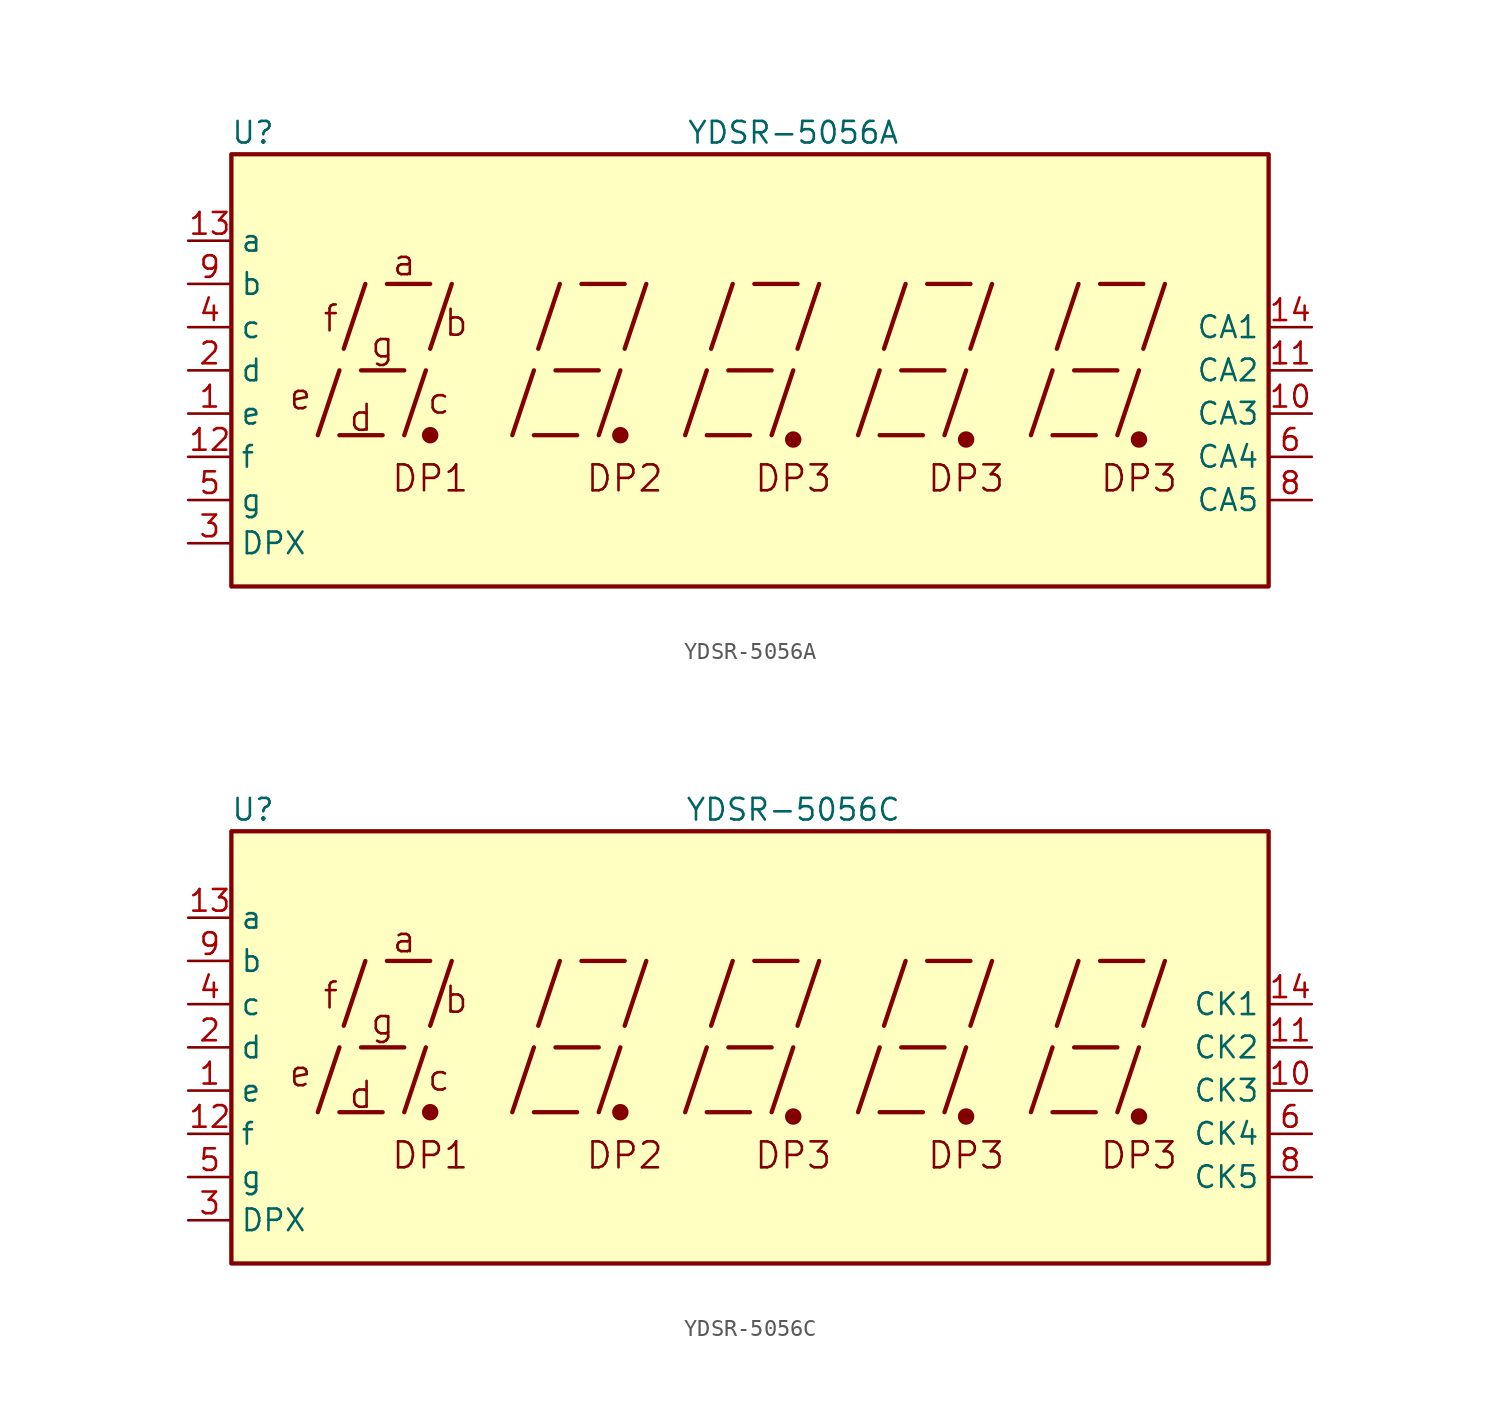
<source format=kicad_sym>
(kicad_symbol_lib
  (version 20211014)
  (generator kicad_symbol_editor)
  (symbol "YDSR-5056A"
    (property "Reference" "U"
      (at -29.21 13.97 0)
      (effects (font (size 1.27 1.27))))
    (property "Value" "YDSR-5056A"
      (at 2.54 13.97 0)
      (effects (font (size 1.27 1.27))))
    (symbol "YDSR-5056A_0_0"
      (rectangle (start -30.48 12.7) (end 30.48 -12.7) (stroke (width 0.254) (type default) (color 0 0 0 0)) (fill (type background)))
      (polyline (pts (xy -25.4 -3.81) (xy -24.13 0)) (stroke (width 0.254) (type default) (color 0 0 0 0)) (fill (type none)))
      (polyline (pts (xy -24.13 -3.81) (xy -21.59 -3.81)) (stroke (width 0.254) (type default) (color 0 0 0 0)) (fill (type none)))
      (polyline (pts (xy -23.876 1.27) (xy -22.606 5.08)) (stroke (width 0.254) (type default) (color 0 0 0 0)) (fill (type none)))
      (polyline (pts (xy -22.86 0) (xy -20.32 0)) (stroke (width 0.254) (type default) (color 0 0 0 0)) (fill (type none)))
      (polyline (pts (xy -21.336 5.08) (xy -18.796 5.08)) (stroke (width 0.254) (type default) (color 0 0 0 0)) (fill (type none)))
      (polyline (pts (xy -20.32 -3.81) (xy -19.05 0)) (stroke (width 0.254) (type default) (color 0 0 0 0)) (fill (type none)))
      (polyline (pts (xy -18.796 1.27) (xy -17.526 5.08)) (stroke (width 0.254) (type default) (color 0 0 0 0)) (fill (type none)))
      (polyline (pts (xy -13.97 -3.81) (xy -12.7 0)) (stroke (width 0.254) (type default) (color 0 0 0 0)) (fill (type none)))
      (polyline (pts (xy -12.7 -3.81) (xy -10.16 -3.81)) (stroke (width 0.254) (type default) (color 0 0 0 0)) (fill (type none)))
      (polyline (pts (xy -12.446 1.27) (xy -11.176 5.08)) (stroke (width 0.254) (type default) (color 0 0 0 0)) (fill (type none)))
      (polyline (pts (xy -11.43 0) (xy -8.89 0)) (stroke (width 0.254) (type default) (color 0 0 0 0)) (fill (type none)))
      (polyline (pts (xy -9.906 5.08) (xy -7.366 5.08)) (stroke (width 0.254) (type default) (color 0 0 0 0)) (fill (type none)))
      (polyline (pts (xy -8.89 -3.81) (xy -7.62 0)) (stroke (width 0.254) (type default) (color 0 0 0 0)) (fill (type none)))
      (polyline (pts (xy -7.366 1.27) (xy -6.096 5.08)) (stroke (width 0.254) (type default) (color 0 0 0 0)) (fill (type none)))
      (polyline (pts (xy -3.81 -3.81) (xy -2.54 0)) (stroke (width 0.254) (type default) (color 0 0 0 0)) (fill (type none)))
      (polyline (pts (xy -2.54 -3.81) (xy 0 -3.81)) (stroke (width 0.254) (type default) (color 0 0 0 0)) (fill (type none)))
      (polyline (pts (xy -2.286 1.27) (xy -1.016 5.08)) (stroke (width 0.254) (type default) (color 0 0 0 0)) (fill (type none)))
      (polyline (pts (xy -1.27 0) (xy 1.27 0)) (stroke (width 0.254) (type default) (color 0 0 0 0)) (fill (type none)))
      (polyline (pts (xy 0.254 5.08) (xy 2.794 5.08)) (stroke (width 0.254) (type default) (color 0 0 0 0)) (fill (type none)))
      (polyline (pts (xy 1.27 -3.81) (xy 2.54 0)) (stroke (width 0.254) (type default) (color 0 0 0 0)) (fill (type none)))
      (polyline (pts (xy 2.794 1.27) (xy 4.064 5.08)) (stroke (width 0.254) (type default) (color 0 0 0 0)) (fill (type none)))
      (text "a" (at -20.32 6.35 0) (effects (font (size 1.524 1.524))))
      (text "b" (at -17.272 2.794 0) (effects (font (size 1.524 1.524))))
      (text "c" (at -18.288 -1.778 0) (effects (font (size 1.524 1.524))))
      (text "d" (at -22.86 -2.794 0) (effects (font (size 1.524 1.524))))
      (text "DP1" (at -18.796 -6.35 0) (effects (font (size 1.524 1.524))))
      (text "DP2" (at -7.366 -6.35 0) (effects (font (size 1.524 1.524))))
      (text "DP3" (at 2.54 -6.35 0) (effects (font (size 1.524 1.524))))
      (text "e" (at -26.416 -1.524 0) (effects (font (size 1.524 1.524))))
      (text "f" (at -24.638 3.048 0) (effects (font (size 1.524 1.524))))
      (text "g" (at -21.59 1.524 0) (effects (font (size 1.524 1.524)))))
    (symbol "YDSR-5056A_0_1"
      (circle (center -18.796 -3.81) (radius 0.356) (stroke (width 0.254) (type default) (color 0 0 0 0)) (fill (type outline)))
      (circle (center -7.62 -3.81) (radius 0.356) (stroke (width 0.254) (type default) (color 0 0 0 0)) (fill (type outline))))
    (symbol "YDSR-5056A_1_0"
      (circle (center 2.54 -4.064) (radius 0.356) (stroke (width 0.254) (type default) (color 0 0 0 0)) (fill (type outline))))
    (symbol "YDSR-5056A_1_1"
      (polyline (pts (xy 6.35 -3.81) (xy 7.62 0)) (stroke (width 0.254) (type default) (color 0 0 0 0)) (fill (type none)))
      (polyline (pts (xy 7.62 -3.81) (xy 10.16 -3.81)) (stroke (width 0.254) (type default) (color 0 0 0 0)) (fill (type none)))
      (polyline (pts (xy 7.874 1.27) (xy 9.144 5.08)) (stroke (width 0.254) (type default) (color 0 0 0 0)) (fill (type none)))
      (polyline (pts (xy 8.89 0) (xy 11.43 0)) (stroke (width 0.254) (type default) (color 0 0 0 0)) (fill (type none)))
      (polyline (pts (xy 10.414 5.08) (xy 12.954 5.08)) (stroke (width 0.254) (type default) (color 0 0 0 0)) (fill (type none)))
      (polyline (pts (xy 11.43 -3.81) (xy 12.7 0)) (stroke (width 0.254) (type default) (color 0 0 0 0)) (fill (type none)))
      (polyline (pts (xy 12.954 1.27) (xy 14.224 5.08)) (stroke (width 0.254) (type default) (color 0 0 0 0)) (fill (type none)))
      (polyline (pts (xy 16.51 -3.81) (xy 17.78 0)) (stroke (width 0.254) (type default) (color 0 0 0 0)) (fill (type none)))
      (polyline (pts (xy 17.78 -3.81) (xy 20.32 -3.81)) (stroke (width 0.254) (type default) (color 0 0 0 0)) (fill (type none)))
      (polyline (pts (xy 18.034 1.27) (xy 19.304 5.08)) (stroke (width 0.254) (type default) (color 0 0 0 0)) (fill (type none)))
      (polyline (pts (xy 19.05 0) (xy 21.59 0)) (stroke (width 0.254) (type default) (color 0 0 0 0)) (fill (type none)))
      (polyline (pts (xy 20.574 5.08) (xy 23.114 5.08)) (stroke (width 0.254) (type default) (color 0 0 0 0)) (fill (type none)))
      (polyline (pts (xy 21.59 -3.81) (xy 22.86 0)) (stroke (width 0.254) (type default) (color 0 0 0 0)) (fill (type none)))
      (polyline (pts (xy 23.114 1.27) (xy 24.384 5.08)) (stroke (width 0.254) (type default) (color 0 0 0 0)) (fill (type none)))
      (circle (center 12.7 -4.064) (radius 0.356) (stroke (width 0.254) (type default) (color 0 0 0 0)) (fill (type outline)))
      (circle (center 22.86 -4.064) (radius 0.356) (stroke (width 0.254) (type default) (color 0 0 0 0)) (fill (type outline)))
      (text "DP3" (at 12.7 -6.35 0) (effects (font (size 1.524 1.524))))
      (text "DP3" (at 22.86 -6.35 0) (effects (font (size 1.524 1.524))))
      (pin input line (at -33.02 -2.54 0) (length 2.54) (name "e" (effects (font (size 1.27 1.27)))) (number "1" (effects (font (size 1.27 1.27)))))
      (pin input line (at 33.02 -2.54 180) (length 2.54) (name "CA3" (effects (font (size 1.27 1.27)))) (number "10" (effects (font (size 1.27 1.27)))))
      (pin input line (at 33.02 0 180) (length 2.54) (name "CA2" (effects (font (size 1.27 1.27)))) (number "11" (effects (font (size 1.27 1.27)))))
      (pin input line (at -33.02 -5.08 0) (length 2.54) (name "f" (effects (font (size 1.27 1.27)))) (number "12" (effects (font (size 1.27 1.27)))))
      (pin input line (at -33.02 7.62 0) (length 2.54) (name "a" (effects (font (size 1.27 1.27)))) (number "13" (effects (font (size 1.27 1.27)))))
      (pin input line (at 33.02 2.54 180) (length 2.54) (name "CA1" (effects (font (size 1.27 1.27)))) (number "14" (effects (font (size 1.27 1.27)))))
      (pin input line (at -33.02 0 0) (length 2.54) (name "d" (effects (font (size 1.27 1.27)))) (number "2" (effects (font (size 1.27 1.27)))))
      (pin input line (at -33.02 -10.16 0) (length 2.54) (name "DPX" (effects (font (size 1.27 1.27)))) (number "3" (effects (font (size 1.27 1.27)))))
      (pin input line (at -33.02 2.54 0) (length 2.54) (name "c" (effects (font (size 1.27 1.27)))) (number "4" (effects (font (size 1.27 1.27)))))
      (pin input line (at -33.02 -7.62 0) (length 2.54) (name "g" (effects (font (size 1.27 1.27)))) (number "5" (effects (font (size 1.27 1.27)))))
      (pin input line (at 33.02 -5.08 180) (length 2.54) (name "CA4" (effects (font (size 1.27 1.27)))) (number "6" (effects (font (size 1.27 1.27)))))
      (pin input line (at 33.02 -7.62 180) (length 2.54) (name "CA5" (effects (font (size 1.27 1.27)))) (number "8" (effects (font (size 1.27 1.27)))))
      (pin input line (at -33.02 5.08 0) (length 2.54) (name "b" (effects (font (size 1.27 1.27)))) (number "9" (effects (font (size 1.27 1.27)))))))
  (symbol "YDSR-5056C"
    (property "Reference" "U"
      (at -29.21 13.97 0)
      (effects (font (size 1.27 1.27))))
    (property "Value" "YDSR-5056C"
      (at 2.54 13.97 0)
      (effects (font (size 1.27 1.27))))
    (symbol "YDSR-5056C_0_0"
      (rectangle (start -30.48 12.7) (end 30.48 -12.7) (stroke (width 0.254) (type default) (color 0 0 0 0)) (fill (type background)))
      (polyline (pts (xy -25.4 -3.81) (xy -24.13 0)) (stroke (width 0.254) (type default) (color 0 0 0 0)) (fill (type none)))
      (polyline (pts (xy -24.13 -3.81) (xy -21.59 -3.81)) (stroke (width 0.254) (type default) (color 0 0 0 0)) (fill (type none)))
      (polyline (pts (xy -23.876 1.27) (xy -22.606 5.08)) (stroke (width 0.254) (type default) (color 0 0 0 0)) (fill (type none)))
      (polyline (pts (xy -22.86 0) (xy -20.32 0)) (stroke (width 0.254) (type default) (color 0 0 0 0)) (fill (type none)))
      (polyline (pts (xy -21.336 5.08) (xy -18.796 5.08)) (stroke (width 0.254) (type default) (color 0 0 0 0)) (fill (type none)))
      (polyline (pts (xy -20.32 -3.81) (xy -19.05 0)) (stroke (width 0.254) (type default) (color 0 0 0 0)) (fill (type none)))
      (polyline (pts (xy -18.796 1.27) (xy -17.526 5.08)) (stroke (width 0.254) (type default) (color 0 0 0 0)) (fill (type none)))
      (polyline (pts (xy -13.97 -3.81) (xy -12.7 0)) (stroke (width 0.254) (type default) (color 0 0 0 0)) (fill (type none)))
      (polyline (pts (xy -12.7 -3.81) (xy -10.16 -3.81)) (stroke (width 0.254) (type default) (color 0 0 0 0)) (fill (type none)))
      (polyline (pts (xy -12.446 1.27) (xy -11.176 5.08)) (stroke (width 0.254) (type default) (color 0 0 0 0)) (fill (type none)))
      (polyline (pts (xy -11.43 0) (xy -8.89 0)) (stroke (width 0.254) (type default) (color 0 0 0 0)) (fill (type none)))
      (polyline (pts (xy -9.906 5.08) (xy -7.366 5.08)) (stroke (width 0.254) (type default) (color 0 0 0 0)) (fill (type none)))
      (polyline (pts (xy -8.89 -3.81) (xy -7.62 0)) (stroke (width 0.254) (type default) (color 0 0 0 0)) (fill (type none)))
      (polyline (pts (xy -7.366 1.27) (xy -6.096 5.08)) (stroke (width 0.254) (type default) (color 0 0 0 0)) (fill (type none)))
      (polyline (pts (xy -3.81 -3.81) (xy -2.54 0)) (stroke (width 0.254) (type default) (color 0 0 0 0)) (fill (type none)))
      (polyline (pts (xy -2.54 -3.81) (xy 0 -3.81)) (stroke (width 0.254) (type default) (color 0 0 0 0)) (fill (type none)))
      (polyline (pts (xy -2.286 1.27) (xy -1.016 5.08)) (stroke (width 0.254) (type default) (color 0 0 0 0)) (fill (type none)))
      (polyline (pts (xy -1.27 0) (xy 1.27 0)) (stroke (width 0.254) (type default) (color 0 0 0 0)) (fill (type none)))
      (polyline (pts (xy 0.254 5.08) (xy 2.794 5.08)) (stroke (width 0.254) (type default) (color 0 0 0 0)) (fill (type none)))
      (polyline (pts (xy 1.27 -3.81) (xy 2.54 0)) (stroke (width 0.254) (type default) (color 0 0 0 0)) (fill (type none)))
      (polyline (pts (xy 2.794 1.27) (xy 4.064 5.08)) (stroke (width 0.254) (type default) (color 0 0 0 0)) (fill (type none)))
      (text "a" (at -20.32 6.35 0) (effects (font (size 1.524 1.524))))
      (text "b" (at -17.272 2.794 0) (effects (font (size 1.524 1.524))))
      (text "c" (at -18.288 -1.778 0) (effects (font (size 1.524 1.524))))
      (text "d" (at -22.86 -2.794 0) (effects (font (size 1.524 1.524))))
      (text "DP1" (at -18.796 -6.35 0) (effects (font (size 1.524 1.524))))
      (text "DP2" (at -7.366 -6.35 0) (effects (font (size 1.524 1.524))))
      (text "DP3" (at 2.54 -6.35 0) (effects (font (size 1.524 1.524))))
      (text "e" (at -26.416 -1.524 0) (effects (font (size 1.524 1.524))))
      (text "f" (at -24.638 3.048 0) (effects (font (size 1.524 1.524))))
      (text "g" (at -21.59 1.524 0) (effects (font (size 1.524 1.524)))))
    (symbol "YDSR-5056C_0_1"
      (circle (center -18.796 -3.81) (radius 0.356) (stroke (width 0.254) (type default) (color 0 0 0 0)) (fill (type outline)))
      (circle (center -7.62 -3.81) (radius 0.356) (stroke (width 0.254) (type default) (color 0 0 0 0)) (fill (type outline))))
    (symbol "YDSR-5056C_1_0"
      (circle (center 2.54 -4.064) (radius 0.356) (stroke (width 0.254) (type default) (color 0 0 0 0)) (fill (type outline))))
    (symbol "YDSR-5056C_1_1"
      (polyline (pts (xy 6.35 -3.81) (xy 7.62 0)) (stroke (width 0.254) (type default) (color 0 0 0 0)) (fill (type none)))
      (polyline (pts (xy 7.62 -3.81) (xy 10.16 -3.81)) (stroke (width 0.254) (type default) (color 0 0 0 0)) (fill (type none)))
      (polyline (pts (xy 7.874 1.27) (xy 9.144 5.08)) (stroke (width 0.254) (type default) (color 0 0 0 0)) (fill (type none)))
      (polyline (pts (xy 8.89 0) (xy 11.43 0)) (stroke (width 0.254) (type default) (color 0 0 0 0)) (fill (type none)))
      (polyline (pts (xy 10.414 5.08) (xy 12.954 5.08)) (stroke (width 0.254) (type default) (color 0 0 0 0)) (fill (type none)))
      (polyline (pts (xy 11.43 -3.81) (xy 12.7 0)) (stroke (width 0.254) (type default) (color 0 0 0 0)) (fill (type none)))
      (polyline (pts (xy 12.954 1.27) (xy 14.224 5.08)) (stroke (width 0.254) (type default) (color 0 0 0 0)) (fill (type none)))
      (polyline (pts (xy 16.51 -3.81) (xy 17.78 0)) (stroke (width 0.254) (type default) (color 0 0 0 0)) (fill (type none)))
      (polyline (pts (xy 17.78 -3.81) (xy 20.32 -3.81)) (stroke (width 0.254) (type default) (color 0 0 0 0)) (fill (type none)))
      (polyline (pts (xy 18.034 1.27) (xy 19.304 5.08)) (stroke (width 0.254) (type default) (color 0 0 0 0)) (fill (type none)))
      (polyline (pts (xy 19.05 0) (xy 21.59 0)) (stroke (width 0.254) (type default) (color 0 0 0 0)) (fill (type none)))
      (polyline (pts (xy 20.574 5.08) (xy 23.114 5.08)) (stroke (width 0.254) (type default) (color 0 0 0 0)) (fill (type none)))
      (polyline (pts (xy 21.59 -3.81) (xy 22.86 0)) (stroke (width 0.254) (type default) (color 0 0 0 0)) (fill (type none)))
      (polyline (pts (xy 23.114 1.27) (xy 24.384 5.08)) (stroke (width 0.254) (type default) (color 0 0 0 0)) (fill (type none)))
      (circle (center 12.7 -4.064) (radius 0.356) (stroke (width 0.254) (type default) (color 0 0 0 0)) (fill (type outline)))
      (circle (center 22.86 -4.064) (radius 0.356) (stroke (width 0.254) (type default) (color 0 0 0 0)) (fill (type outline)))
      (text "DP3" (at 12.7 -6.35 0) (effects (font (size 1.524 1.524))))
      (text "DP3" (at 22.86 -6.35 0) (effects (font (size 1.524 1.524))))
      (pin input line (at -33.02 -2.54 0) (length 2.54) (name "e" (effects (font (size 1.27 1.27)))) (number "1" (effects (font (size 1.27 1.27)))))
      (pin input line (at 33.02 -2.54 180) (length 2.54) (name "CK3" (effects (font (size 1.27 1.27)))) (number "10" (effects (font (size 1.27 1.27)))))
      (pin input line (at 33.02 0 180) (length 2.54) (name "CK2" (effects (font (size 1.27 1.27)))) (number "11" (effects (font (size 1.27 1.27)))))
      (pin input line (at -33.02 -5.08 0) (length 2.54) (name "f" (effects (font (size 1.27 1.27)))) (number "12" (effects (font (size 1.27 1.27)))))
      (pin input line (at -33.02 7.62 0) (length 2.54) (name "a" (effects (font (size 1.27 1.27)))) (number "13" (effects (font (size 1.27 1.27)))))
      (pin input line (at 33.02 2.54 180) (length 2.54) (name "CK1" (effects (font (size 1.27 1.27)))) (number "14" (effects (font (size 1.27 1.27)))))
      (pin input line (at -33.02 0 0) (length 2.54) (name "d" (effects (font (size 1.27 1.27)))) (number "2" (effects (font (size 1.27 1.27)))))
      (pin input line (at -33.02 -10.16 0) (length 2.54) (name "DPX" (effects (font (size 1.27 1.27)))) (number "3" (effects (font (size 1.27 1.27)))))
      (pin input line (at -33.02 2.54 0) (length 2.54) (name "c" (effects (font (size 1.27 1.27)))) (number "4" (effects (font (size 1.27 1.27)))))
      (pin input line (at -33.02 -7.62 0) (length 2.54) (name "g" (effects (font (size 1.27 1.27)))) (number "5" (effects (font (size 1.27 1.27)))))
      (pin input line (at 33.02 -5.08 180) (length 2.54) (name "CK4" (effects (font (size 1.27 1.27)))) (number "6" (effects (font (size 1.27 1.27)))))
      (pin input line (at 33.02 -7.62 180) (length 2.54) (name "CK5" (effects (font (size 1.27 1.27)))) (number "8" (effects (font (size 1.27 1.27)))))
      (pin input line (at -33.02 5.08 0) (length 2.54) (name "b" (effects (font (size 1.27 1.27)))) (number "9" (effects (font (size 1.27 1.27))))))))
</source>
